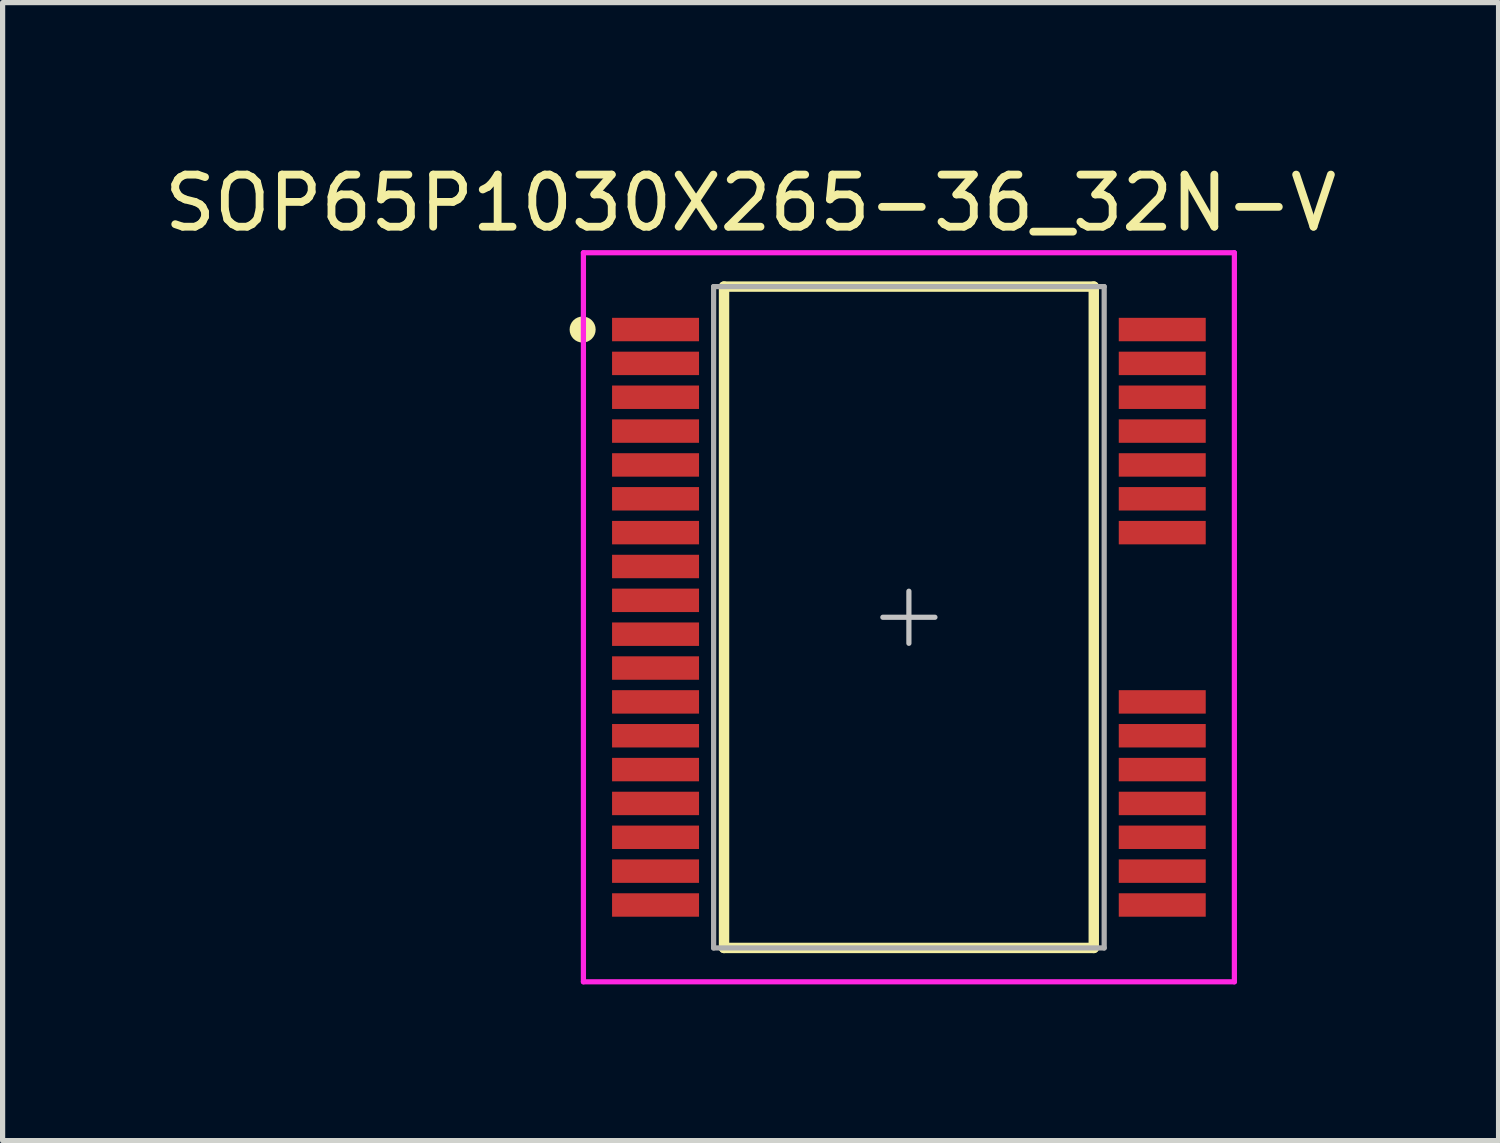
<source format=kicad_pcb>
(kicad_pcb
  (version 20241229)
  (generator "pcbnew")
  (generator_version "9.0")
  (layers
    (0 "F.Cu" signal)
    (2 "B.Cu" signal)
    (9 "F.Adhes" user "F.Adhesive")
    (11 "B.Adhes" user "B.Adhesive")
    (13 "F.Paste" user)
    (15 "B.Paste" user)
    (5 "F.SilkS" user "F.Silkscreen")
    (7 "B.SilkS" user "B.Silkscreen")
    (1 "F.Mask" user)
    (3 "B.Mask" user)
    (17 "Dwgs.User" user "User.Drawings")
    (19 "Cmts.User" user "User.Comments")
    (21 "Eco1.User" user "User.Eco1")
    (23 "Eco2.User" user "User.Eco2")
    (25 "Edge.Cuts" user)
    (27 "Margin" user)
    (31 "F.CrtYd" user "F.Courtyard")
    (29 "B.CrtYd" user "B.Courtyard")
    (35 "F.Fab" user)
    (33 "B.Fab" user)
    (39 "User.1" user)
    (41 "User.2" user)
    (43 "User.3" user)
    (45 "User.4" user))
  (footprint "SOP65P1030X265-36_32N-V"
    (layer "F.Cu")
    (at 14.403 8.803)
    (property "Reference" "SOP65P1030X265-36_32N-V" (at -3.04 -7.955 0) (layer "F.SilkS") (effects (font (size 1 1) (thickness 0.15))))
    (attr smd)
    (fp_line (start -3.55 -6.35) (end 3.55 -6.35) (stroke (width 0.2) (type solid)) (layer "F.SilkS"))
    (fp_line (start -3.55 6.35) (end -3.55 -6.35) (stroke (width 0.2) (type solid)) (layer "F.SilkS"))
    (fp_line (start -3.55 6.35) (end 3.55 6.35) (stroke (width 0.2) (type solid)) (layer "F.SilkS"))
    (fp_line (start 3.55 6.35) (end 3.55 -6.35) (stroke (width 0.2) (type solid)) (layer "F.SilkS"))
    (fp_circle (center -6.265 -5.525) (end -6.14 -5.525) (stroke (width 0.25) (type solid)) (fill no) (layer "F.SilkS"))
    (fp_line (start -0.5 0) (end 0.5 0) (stroke (width 0.1) (type solid)) (layer "Dwgs.User"))
    (fp_line (start 0 0.5) (end 0 -0.5) (stroke (width 0.1) (type solid)) (layer "Dwgs.User"))
    (fp_line (start -6.25 -7) (end 6.25 -7) (stroke (width 0.1) (type solid)) (layer "F.CrtYd"))
    (fp_line (start -6.25 7) (end -6.25 -7) (stroke (width 0.1) (type solid)) (layer "F.CrtYd"))
    (fp_line (start -6.25 7) (end 6.25 7) (stroke (width 0.1) (type solid)) (layer "F.CrtYd"))
    (fp_line (start 6.25 7) (end 6.25 -7) (stroke (width 0.1) (type solid)) (layer "F.CrtYd"))
    (fp_line (start -3.75 -6.35) (end 3.75 -6.35) (stroke (width 0.1) (type solid)) (layer "F.Fab"))
    (fp_line (start -3.75 6.35) (end -3.75 -6.35) (stroke (width 0.1) (type solid)) (layer "F.Fab"))
    (fp_line (start -3.75 6.35) (end 3.75 6.35) (stroke (width 0.1) (type solid)) (layer "F.Fab"))
    (fp_line (start 3.75 6.35) (end 3.75 -6.35) (stroke (width 0.1) (type solid)) (layer "F.Fab"))
    (pad "1" smd rect (at -4.865 -5.525) (size 1.67 0.45) (layers "F.Cu" "F.Mask" "F.Paste"))
    (pad "2" smd rect (at -4.865 -4.875) (size 1.67 0.45) (layers "F.Cu" "F.Mask" "F.Paste"))
    (pad "3" smd rect (at -4.865 -4.225) (size 1.67 0.45) (layers "F.Cu" "F.Mask" "F.Paste"))
    (pad "4" smd rect (at -4.865 -3.575) (size 1.67 0.45) (layers "F.Cu" "F.Mask" "F.Paste"))
    (pad "5" smd rect (at -4.865 -2.925) (size 1.67 0.45) (layers "F.Cu" "F.Mask" "F.Paste"))
    (pad "6" smd rect (at -4.865 -2.275) (size 1.67 0.45) (layers "F.Cu" "F.Mask" "F.Paste"))
    (pad "7" smd rect (at -4.865 -1.625) (size 1.67 0.45) (layers "F.Cu" "F.Mask" "F.Paste"))
    (pad "8" smd rect (at -4.865 -0.975) (size 1.67 0.45) (layers "F.Cu" "F.Mask" "F.Paste"))
    (pad "9" smd rect (at -4.865 -0.325) (size 1.67 0.45) (layers "F.Cu" "F.Mask" "F.Paste"))
    (pad "10" smd rect (at -4.865 0.325) (size 1.67 0.45) (layers "F.Cu" "F.Mask" "F.Paste"))
    (pad "11" smd rect (at -4.865 0.975) (size 1.67 0.45) (layers "F.Cu" "F.Mask" "F.Paste"))
    (pad "12" smd rect (at -4.865 1.625) (size 1.67 0.45) (layers "F.Cu" "F.Mask" "F.Paste"))
    (pad "13" smd rect (at -4.865 2.275) (size 1.67 0.45) (layers "F.Cu" "F.Mask" "F.Paste"))
    (pad "14" smd rect (at -4.865 2.925) (size 1.67 0.45) (layers "F.Cu" "F.Mask" "F.Paste"))
    (pad "15" smd rect (at -4.865 3.575) (size 1.67 0.45) (layers "F.Cu" "F.Mask" "F.Paste"))
    (pad "16" smd rect (at -4.865 4.225) (size 1.67 0.45) (layers "F.Cu" "F.Mask" "F.Paste"))
    (pad "17" smd rect (at -4.865 4.875) (size 1.67 0.45) (layers "F.Cu" "F.Mask" "F.Paste"))
    (pad "18" smd rect (at -4.865 5.525) (size 1.67 0.45) (layers "F.Cu" "F.Mask" "F.Paste"))
    (pad "19" smd rect (at 4.865 5.525) (size 1.67 0.45) (layers "F.Cu" "F.Mask" "F.Paste"))
    (pad "20" smd rect (at 4.865 4.875) (size 1.67 0.45) (layers "F.Cu" "F.Mask" "F.Paste"))
    (pad "21" smd rect (at 4.865 4.225) (size 1.67 0.45) (layers "F.Cu" "F.Mask" "F.Paste"))
    (pad "22" smd rect (at 4.865 3.575) (size 1.67 0.45) (layers "F.Cu" "F.Mask" "F.Paste"))
    (pad "23" smd rect (at 4.865 2.925) (size 1.67 0.45) (layers "F.Cu" "F.Mask" "F.Paste"))
    (pad "24" smd rect (at 4.865 2.275) (size 1.67 0.45) (layers "F.Cu" "F.Mask" "F.Paste"))
    (pad "25" smd rect (at 4.865 1.625) (size 1.67 0.45) (layers "F.Cu" "F.Mask" "F.Paste"))
    (pad "30" smd rect (at 4.865 -1.625) (size 1.67 0.45) (layers "F.Cu" "F.Mask" "F.Paste"))
    (pad "31" smd rect (at 4.865 -2.275) (size 1.67 0.45) (layers "F.Cu" "F.Mask" "F.Paste"))
    (pad "32" smd rect (at 4.865 -2.925) (size 1.67 0.45) (layers "F.Cu" "F.Mask" "F.Paste"))
    (pad "33" smd rect (at 4.865 -3.575) (size 1.67 0.45) (layers "F.Cu" "F.Mask" "F.Paste"))
    (pad "34" smd rect (at 4.865 -4.225) (size 1.67 0.45) (layers "F.Cu" "F.Mask" "F.Paste"))
    (pad "35" smd rect (at 4.865 -4.875) (size 1.67 0.45) (layers "F.Cu" "F.Mask" "F.Paste"))
    (pad "36" smd rect (at 4.865 -5.525) (size 1.67 0.45) (layers "F.Cu" "F.Mask" "F.Paste")))
  (gr_rect
    (start -3 -3)
    (end 25.726 18.853)
    (stroke (width 0.1) (type default))
    (fill no)
    (layer "Edge.Cuts")))
</source>
